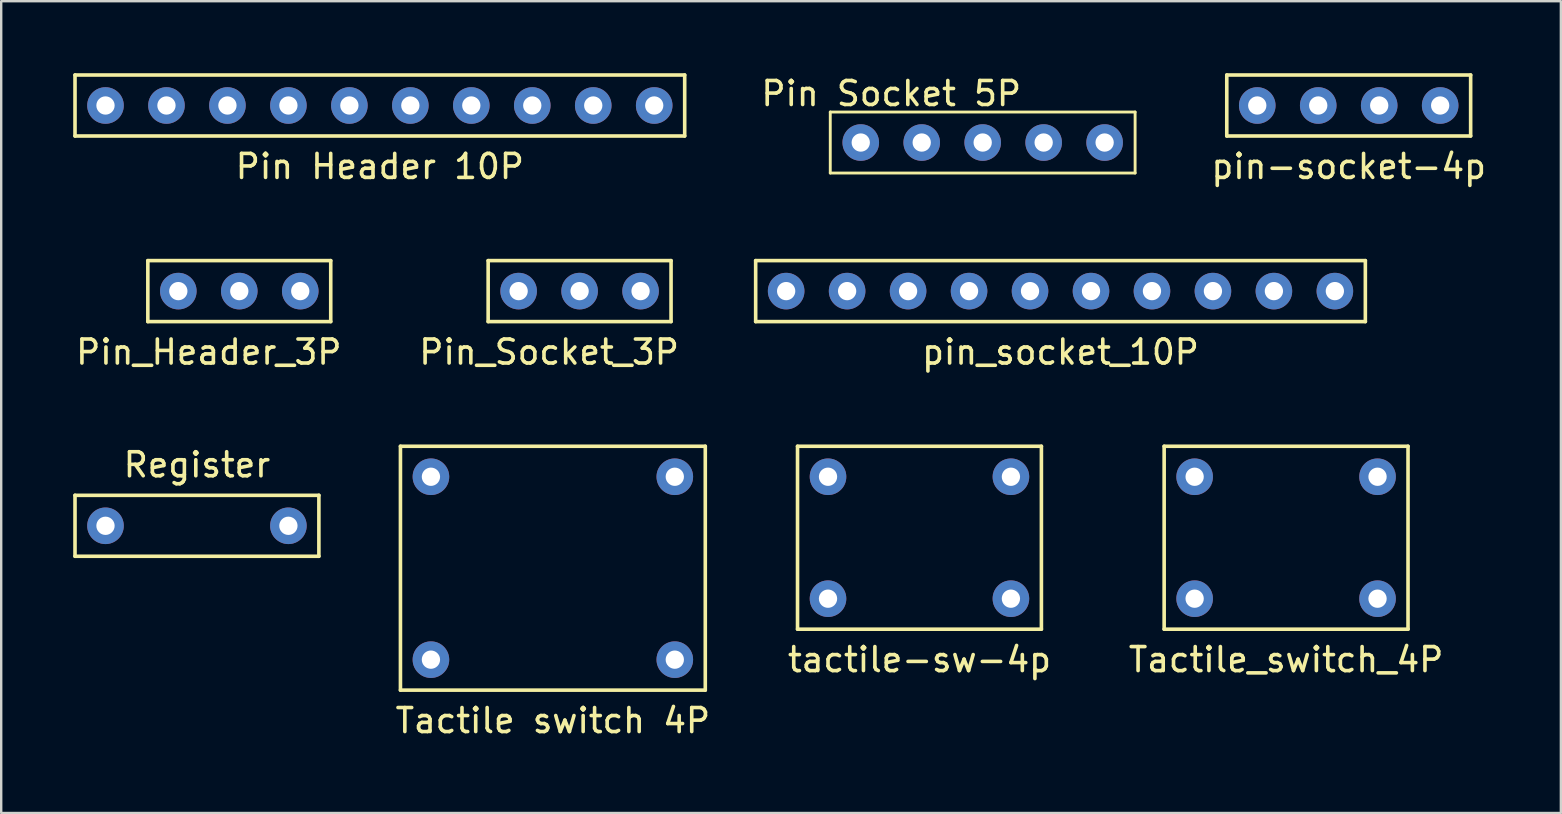
<source format=kicad_pcb>
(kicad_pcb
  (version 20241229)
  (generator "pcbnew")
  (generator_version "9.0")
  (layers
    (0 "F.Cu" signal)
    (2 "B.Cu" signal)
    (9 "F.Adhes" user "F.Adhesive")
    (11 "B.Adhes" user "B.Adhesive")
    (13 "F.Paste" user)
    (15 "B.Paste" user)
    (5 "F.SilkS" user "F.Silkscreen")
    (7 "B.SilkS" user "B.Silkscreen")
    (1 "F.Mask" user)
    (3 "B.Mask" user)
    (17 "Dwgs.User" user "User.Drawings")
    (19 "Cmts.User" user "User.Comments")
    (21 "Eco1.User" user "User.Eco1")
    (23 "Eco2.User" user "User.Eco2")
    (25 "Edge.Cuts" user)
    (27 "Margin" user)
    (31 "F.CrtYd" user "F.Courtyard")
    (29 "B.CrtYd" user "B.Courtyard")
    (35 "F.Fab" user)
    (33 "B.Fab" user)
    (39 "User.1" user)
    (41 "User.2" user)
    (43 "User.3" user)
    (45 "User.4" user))
  (footprint "Register"
    (layer "F.Cu")
    (at 5.155 18.855)
    (property "Reference" "Register" (at 0 -2.54 0) (layer "F.SilkS") (effects (font (size 1 1) (thickness 0.15))))
    (attr through_hole)
    (fp_line (start -5.08 -1.27) (end -5.08 1.27) (stroke (width 0.15) (type solid)) (layer "F.SilkS"))
    (fp_line (start -5.08 -1.27) (end 5.08 -1.27) (stroke (width 0.15) (type solid)) (layer "F.SilkS"))
    (fp_line (start -5.08 1.27) (end 5.08 1.27) (stroke (width 0.15) (type solid)) (layer "F.SilkS"))
    (fp_line (start 5.08 1.27) (end 5.08 -1.27) (stroke (width 0.15) (type solid)) (layer "F.SilkS"))
    (pad "1" thru_hole circle (at -3.81 0) (size 1.524 1.524) (drill 0.762) (layers "*.Cu" "*.Mask"))
    (pad "2" thru_hole circle (at 3.81 0) (size 1.524 1.524) (drill 0.762) (layers "*.Cu" "*.Mask")))
  (footprint "Pin Header 10P"
    (layer "F.Cu")
    (at 12.775 1.345)
    (property "Reference" "Pin Header 10P" (at 0 2.54 0) (layer "F.SilkS") (effects (font (size 1 1) (thickness 0.15))))
    (attr through_hole)
    (fp_line (start -12.7 -1.27) (end -12.7 1.27) (stroke (width 0.15) (type solid)) (layer "F.SilkS"))
    (fp_line (start -12.7 1.27) (end 12.7 1.27) (stroke (width 0.15) (type solid)) (layer "F.SilkS"))
    (fp_line (start 12.7 -1.27) (end -12.7 -1.27) (stroke (width 0.15) (type solid)) (layer "F.SilkS"))
    (fp_line (start 12.7 1.27) (end 12.7 -1.27) (stroke (width 0.15) (type solid)) (layer "F.SilkS"))
    (pad "1" thru_hole circle (at -11.43 0) (size 1.524 1.524) (drill 0.762) (layers "*.Cu" "*.Mask"))
    (pad "2" thru_hole circle (at -8.89 0) (size 1.524 1.524) (drill 0.762) (layers "*.Cu" "*.Mask"))
    (pad "3" thru_hole circle (at -6.35 0) (size 1.524 1.524) (drill 0.762) (layers "*.Cu" "*.Mask"))
    (pad "4" thru_hole circle (at -3.81 0) (size 1.524 1.524) (drill 0.762) (layers "*.Cu" "*.Mask"))
    (pad "5" thru_hole circle (at -1.27 0) (size 1.524 1.524) (drill 0.762) (layers "*.Cu" "*.Mask"))
    (pad "6" thru_hole circle (at 1.27 0) (size 1.524 1.524) (drill 0.762) (layers "*.Cu" "*.Mask"))
    (pad "7" thru_hole circle (at 3.81 0) (size 1.524 1.524) (drill 0.762) (layers "*.Cu" "*.Mask"))
    (pad "8" thru_hole circle (at 6.35 0) (size 1.524 1.524) (drill 0.762) (layers "*.Cu" "*.Mask"))
    (pad "9" thru_hole circle (at 8.89 0) (size 1.524 1.524) (drill 0.762) (layers "*.Cu" "*.Mask"))
    (pad "10" thru_hole circle (at 11.43 0) (size 1.524 1.524) (drill 0.762) (layers "*.Cu" "*.Mask")))
  (footprint "Pin_Header_3P"
    (layer "F.Cu")
    (at 6.919 9.078)
    (property "Reference" "Pin_Header_3P" (at -1.27 2.54 0) (layer "F.SilkS") (effects (font (size 1 1) (thickness 0.15))))
    (attr through_hole)
    (fp_line (start -3.81 -1.27) (end -3.81 1.27) (stroke (width 0.15) (type solid)) (layer "F.SilkS"))
    (fp_line (start -3.81 -1.27) (end 3.81 -1.27) (stroke (width 0.15) (type solid)) (layer "F.SilkS"))
    (fp_line (start 3.81 -1.27) (end 3.81 1.27) (stroke (width 0.15) (type solid)) (layer "F.SilkS"))
    (fp_line (start 3.81 1.27) (end -3.81 1.27) (stroke (width 0.15) (type solid)) (layer "F.SilkS"))
    (pad "1" thru_hole circle (at -2.54 0) (size 1.524 1.524) (drill 0.762) (layers "*.Cu" "*.Mask"))
    (pad "2" thru_hole circle (at 0 0) (size 1.524 1.524) (drill 0.762) (layers "*.Cu" "*.Mask"))
    (pad "3" thru_hole circle (at 2.54 0) (size 1.524 1.524) (drill 0.762) (layers "*.Cu" "*.Mask")))
  (footprint "pin-socket-4p"
    (layer "F.Cu")
    (at 53.139 1.345)
    (property "Reference" "pin-socket-4p" (at 0 2.54 0) (layer "F.SilkS") (effects (font (size 1 1) (thickness 0.15))))
    (attr through_hole)
    (fp_line (start -5.08 -1.27) (end -5.08 1.27) (stroke (width 0.15) (type solid)) (layer "F.SilkS"))
    (fp_line (start -5.08 1.27) (end 5.08 1.27) (stroke (width 0.15) (type solid)) (layer "F.SilkS"))
    (fp_line (start 5.08 -1.27) (end -5.08 -1.27) (stroke (width 0.15) (type solid)) (layer "F.SilkS"))
    (fp_line (start 5.08 1.27) (end 5.08 -1.27) (stroke (width 0.15) (type solid)) (layer "F.SilkS"))
    (pad "1" thru_hole circle (at -3.81 0) (size 1.524 1.524) (drill 0.762) (layers "*.Cu" "*.Mask"))
    (pad "2" thru_hole circle (at -1.27 0) (size 1.524 1.524) (drill 0.762) (layers "*.Cu" "*.Mask"))
    (pad "3" thru_hole circle (at 1.27 0) (size 1.524 1.524) (drill 0.762) (layers "*.Cu" "*.Mask"))
    (pad "4" thru_hole circle (at 3.81 0) (size 1.524 1.524) (drill 0.762) (layers "*.Cu" "*.Mask")))
  (footprint "pin_socket_10P"
    (layer "F.Cu")
    (at 41.132 9.078)
    (property "Reference" "pin_socket_10P" (at 0 2.54 0) (layer "F.SilkS") (effects (font (size 1 1) (thickness 0.15))))
    (attr through_hole)
    (fp_line (start -12.7 -1.27) (end -12.7 1.27) (stroke (width 0.15) (type solid)) (layer "F.SilkS"))
    (fp_line (start -12.7 1.27) (end 12.7 1.27) (stroke (width 0.15) (type solid)) (layer "F.SilkS"))
    (fp_line (start 12.7 -1.27) (end -12.7 -1.27) (stroke (width 0.15) (type solid)) (layer "F.SilkS"))
    (fp_line (start 12.7 1.27) (end 12.7 -1.27) (stroke (width 0.15) (type solid)) (layer "F.SilkS"))
    (pad "1" thru_hole circle (at -11.43 0) (size 1.524 1.524) (drill 0.762) (layers "*.Cu" "*.Mask"))
    (pad "2" thru_hole circle (at -8.89 0) (size 1.524 1.524) (drill 0.762) (layers "*.Cu" "*.Mask"))
    (pad "3" thru_hole circle (at -6.35 0) (size 1.524 1.524) (drill 0.762) (layers "*.Cu" "*.Mask"))
    (pad "4" thru_hole circle (at -3.81 0) (size 1.524 1.524) (drill 0.762) (layers "*.Cu" "*.Mask"))
    (pad "5" thru_hole circle (at -1.27 0) (size 1.524 1.524) (drill 0.762) (layers "*.Cu" "*.Mask"))
    (pad "6" thru_hole circle (at 1.27 0) (size 1.524 1.524) (drill 0.762) (layers "*.Cu" "*.Mask"))
    (pad "7" thru_hole circle (at 3.81 0) (size 1.524 1.524) (drill 0.762) (layers "*.Cu" "*.Mask"))
    (pad "8" thru_hole circle (at 6.35 0) (size 1.524 1.524) (drill 0.762) (layers "*.Cu" "*.Mask"))
    (pad "9" thru_hole circle (at 8.89 0) (size 1.524 1.524) (drill 0.762) (layers "*.Cu" "*.Mask"))
    (pad "10" thru_hole circle (at 11.43 0) (size 1.524 1.524) (drill 0.762) (layers "*.Cu" "*.Mask")))
  (footprint "tactile-sw-4p"
    (layer "F.Cu")
    (at 35.256 19.352)
    (property "Reference" "tactile-sw-4p" (at 0 5.08 0) (layer "F.SilkS") (effects (font (size 1 1) (thickness 0.15))))
    (attr through_hole)
    (fp_line (start -5.08 -3.81) (end -5.08 3.81) (stroke (width 0.15) (type solid)) (layer "F.SilkS"))
    (fp_line (start -5.08 3.81) (end 5.08 3.81) (stroke (width 0.15) (type solid)) (layer "F.SilkS"))
    (fp_line (start 5.08 -3.81) (end -5.08 -3.81) (stroke (width 0.15) (type solid)) (layer "F.SilkS"))
    (fp_line (start 5.08 3.81) (end 5.08 -3.81) (stroke (width 0.15) (type solid)) (layer "F.SilkS"))
    (pad "1" thru_hole circle (at -3.81 -2.54) (size 1.524 1.524) (drill 0.762) (layers "*.Cu" "*.Mask"))
    (pad "2" thru_hole circle (at 3.81 -2.54) (size 1.524 1.524) (drill 0.762) (layers "*.Cu" "*.Mask"))
    (pad "3" thru_hole circle (at -3.81 2.54) (size 1.524 1.524) (drill 0.762) (layers "*.Cu" "*.Mask"))
    (pad "4" thru_hole circle (at 3.81 2.54) (size 1.524 1.524) (drill 0.762) (layers "*.Cu" "*.Mask")))
  (footprint "Pin Socket 5P"
    (layer "F.Cu")
    (at 37.89 2.888)
    (property "Reference" "Pin Socket 5P" (at -3.81 -2.04 0) (layer "F.SilkS") (effects (font (size 1 1) (thickness 0.15))))
    (attr through_hole)
    (fp_line (start -6.35 -1.27) (end -6.35 1.27) (stroke (width 0.12) (type solid)) (layer "F.SilkS"))
    (fp_line (start -6.35 1.27) (end 6.35 1.27) (stroke (width 0.12) (type solid)) (layer "F.SilkS"))
    (fp_line (start 6.35 -1.27) (end -6.35 -1.27) (stroke (width 0.12) (type solid)) (layer "F.SilkS"))
    (fp_line (start 6.35 1.27) (end 6.35 -1.27) (stroke (width 0.12) (type solid)) (layer "F.SilkS"))
    (pad "1" thru_hole circle (at -5.08 0) (size 1.524 1.524) (drill 0.762) (layers "*.Cu" "*.Mask"))
    (pad "2" thru_hole circle (at -2.54 0) (size 1.524 1.524) (drill 0.762) (layers "*.Cu" "*.Mask"))
    (pad "3" thru_hole circle (at 0 0) (size 1.524 1.524) (drill 0.762) (layers "*.Cu" "*.Mask"))
    (pad "4" thru_hole circle (at 2.54 0) (size 1.524 1.524) (drill 0.762) (layers "*.Cu" "*.Mask"))
    (pad "5" thru_hole circle (at 5.08 0) (size 1.524 1.524) (drill 0.762) (layers "*.Cu" "*.Mask")))
  (footprint "Tactile switch 4P"
    (layer "F.Cu")
    (at 19.983 20.622)
    (property "Reference" "Tactile switch 4P" (at 0 6.35 0) (layer "F.SilkS") (effects (font (size 1 1) (thickness 0.15))))
    (attr through_hole)
    (fp_line (start -6.35 -5.08) (end -6.35 5.08) (stroke (width 0.15) (type solid)) (layer "F.SilkS"))
    (fp_line (start -6.35 5.08) (end 6.35 5.08) (stroke (width 0.15) (type solid)) (layer "F.SilkS"))
    (fp_line (start 6.35 -5.08) (end -6.35 -5.08) (stroke (width 0.15) (type solid)) (layer "F.SilkS"))
    (fp_line (start 6.35 5.08) (end 6.35 -5.08) (stroke (width 0.15) (type solid)) (layer "F.SilkS"))
    (pad "1" thru_hole circle (at -5.08 -3.81) (size 1.524 1.524) (drill 0.762) (layers "*.Cu" "*.Mask"))
    (pad "2" thru_hole circle (at -5.08 3.81) (size 1.524 1.524) (drill 0.762) (layers "*.Cu" "*.Mask"))
    (pad "3" thru_hole circle (at 5.08 -3.81) (size 1.524 1.524) (drill 0.762) (layers "*.Cu" "*.Mask"))
    (pad "4" thru_hole circle (at 5.08 3.81) (size 1.524 1.524) (drill 0.762) (layers "*.Cu" "*.Mask")))
  (footprint "Pin_Socket_3P"
    (layer "F.Cu")
    (at 21.097 9.078)
    (property "Reference" "Pin_Socket_3P" (at -1.27 2.54 0) (layer "F.SilkS") (effects (font (size 1 1) (thickness 0.15))))
    (attr through_hole)
    (fp_line (start -3.81 -1.27) (end -3.81 1.27) (stroke (width 0.15) (type solid)) (layer "F.SilkS"))
    (fp_line (start -3.81 -1.27) (end 3.81 -1.27) (stroke (width 0.15) (type solid)) (layer "F.SilkS"))
    (fp_line (start 3.81 -1.27) (end 3.81 1.27) (stroke (width 0.15) (type solid)) (layer "F.SilkS"))
    (fp_line (start 3.81 1.27) (end -3.81 1.27) (stroke (width 0.15) (type solid)) (layer "F.SilkS"))
    (pad "1" thru_hole circle (at -2.54 0) (size 1.524 1.524) (drill 0.762) (layers "*.Cu" "*.Mask"))
    (pad "2" thru_hole circle (at 0 0) (size 1.524 1.524) (drill 0.762) (layers "*.Cu" "*.Mask"))
    (pad "3" thru_hole circle (at 2.54 0) (size 1.524 1.524) (drill 0.762) (layers "*.Cu" "*.Mask")))
  (footprint "Tactile_switch_4P"
    (layer "F.Cu")
    (at 50.53 19.352)
    (property "Reference" "Tactile_switch_4P" (at 0 5.08 0) (layer "F.SilkS") (effects (font (size 1 1) (thickness 0.15))))
    (attr through_hole)
    (fp_line (start -5.08 -3.81) (end -5.08 3.81) (stroke (width 0.15) (type solid)) (layer "F.SilkS"))
    (fp_line (start -5.08 3.81) (end 5.08 3.81) (stroke (width 0.15) (type solid)) (layer "F.SilkS"))
    (fp_line (start 5.08 -3.81) (end -5.08 -3.81) (stroke (width 0.15) (type solid)) (layer "F.SilkS"))
    (fp_line (start 5.08 3.81) (end 5.08 -3.81) (stroke (width 0.15) (type solid)) (layer "F.SilkS"))
    (pad "1" thru_hole circle (at -3.81 -2.54) (size 1.524 1.524) (drill 0.762) (layers "*.Cu" "*.Mask"))
    (pad "2" thru_hole circle (at -3.81 2.54) (size 1.524 1.524) (drill 0.762) (layers "*.Cu" "*.Mask"))
    (pad "3" thru_hole circle (at 3.81 -2.54) (size 1.524 1.524) (drill 0.762) (layers "*.Cu" "*.Mask"))
    (pad "4" thru_hole circle (at 3.81 2.54) (size 1.524 1.524) (drill 0.762) (layers "*.Cu" "*.Mask")))
  (gr_rect
    (start -3 -3)
    (end 61.978 30.82)
    (stroke (width 0.1) (type default))
    (fill no)
    (layer "Edge.Cuts")))
</source>
